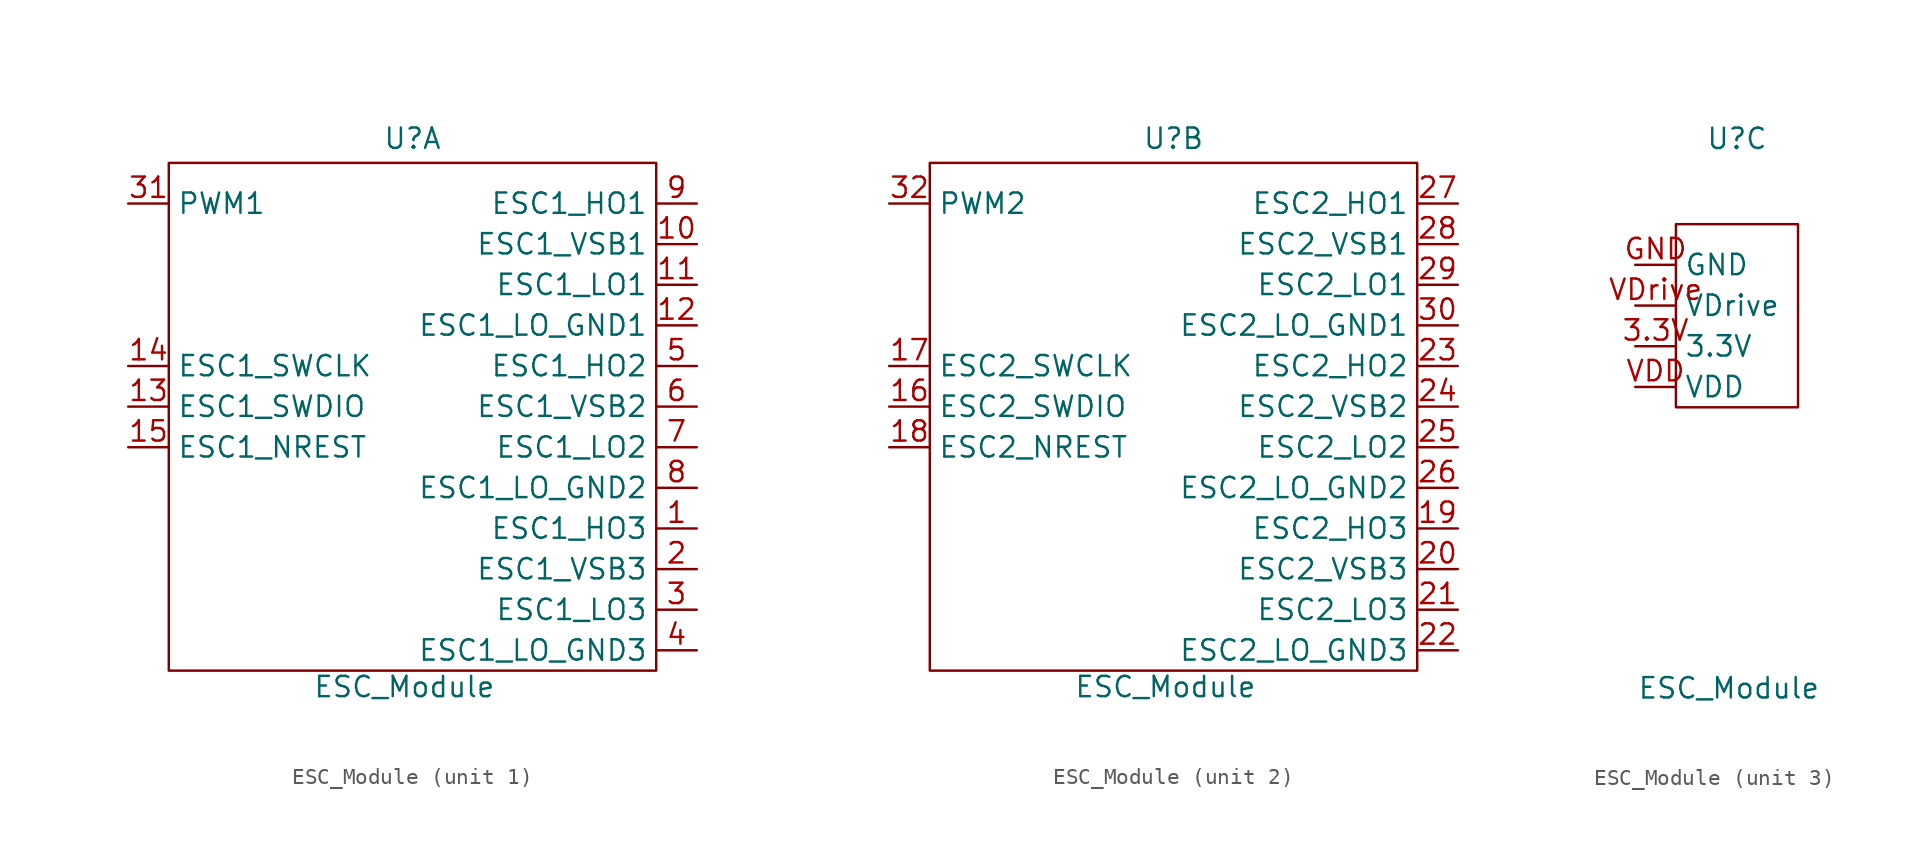
<source format=kicad_sym>
(kicad_symbol_lib
  (version 20241209)
  (generator "kicad_symbol_editor")
  (generator_version "9.0")
  (symbol "ESC_Module"
    (property "Reference" "U"
      (at 0 10.414 0)
      (effects (font (size 1.27 1.27))))
    (property "Value" "ESC_Module"
      (at -0.508 -23.876 0)
      (effects (font (size 1.27 1.27))))
    (property "ki_locked" ""
      (at 0 0 0)
      (effects (font (size 1.27 1.27))))
    (symbol "ESC_Module_1_1"
      (rectangle (start -15.24 8.89) (end 15.24 -22.86) (stroke (width 0) (type default)) (fill (type none)))
      (pin input line (at -17.78 6.35 0) (length 2.54) (name "PWM1" (effects (font (size 1.27 1.27)))) (number "31" (effects (font (size 1.27 1.27)))))
      (pin input line (at -17.78 -3.81 0) (length 2.54) (name "ESC1_SWCLK" (effects (font (size 1.27 1.27)))) (number "14" (effects (font (size 1.27 1.27)))))
      (pin input line (at -17.78 -6.35 0) (length 2.54) (name "ESC1_SWDIO" (effects (font (size 1.27 1.27)))) (number "13" (effects (font (size 1.27 1.27)))))
      (pin input line (at -17.78 -8.89 0) (length 2.54) (name "ESC1_NREST" (effects (font (size 1.27 1.27)))) (number "15" (effects (font (size 1.27 1.27)))))
      (pin output line (at 17.78 6.35 180) (length 2.54) (name "ESC1_HO1" (effects (font (size 1.27 1.27)))) (number "9" (effects (font (size 1.27 1.27)))))
      (pin output line (at 17.78 3.81 180) (length 2.54) (name "ESC1_VSB1" (effects (font (size 1.27 1.27)))) (number "10" (effects (font (size 1.27 1.27)))))
      (pin output line (at 17.78 1.27 180) (length 2.54) (name "ESC1_LO1" (effects (font (size 1.27 1.27)))) (number "11" (effects (font (size 1.27 1.27)))))
      (pin output line (at 17.78 -1.27 180) (length 2.54) (name "ESC1_LO_GND1" (effects (font (size 1.27 1.27)))) (number "12" (effects (font (size 1.27 1.27)))))
      (pin output line (at 17.78 -3.81 180) (length 2.54) (name "ESC1_HO2" (effects (font (size 1.27 1.27)))) (number "5" (effects (font (size 1.27 1.27)))))
      (pin output line (at 17.78 -6.35 180) (length 2.54) (name "ESC1_VSB2" (effects (font (size 1.27 1.27)))) (number "6" (effects (font (size 1.27 1.27)))))
      (pin output line (at 17.78 -8.89 180) (length 2.54) (name "ESC1_LO2" (effects (font (size 1.27 1.27)))) (number "7" (effects (font (size 1.27 1.27)))))
      (pin output line (at 17.78 -11.43 180) (length 2.54) (name "ESC1_LO_GND2" (effects (font (size 1.27 1.27)))) (number "8" (effects (font (size 1.27 1.27)))))
      (pin output line (at 17.78 -13.97 180) (length 2.54) (name "ESC1_HO3" (effects (font (size 1.27 1.27)))) (number "1" (effects (font (size 1.27 1.27)))))
      (pin output line (at 17.78 -16.51 180) (length 2.54) (name "ESC1_VSB3" (effects (font (size 1.27 1.27)))) (number "2" (effects (font (size 1.27 1.27)))))
      (pin output line (at 17.78 -19.05 180) (length 2.54) (name "ESC1_LO3" (effects (font (size 1.27 1.27)))) (number "3" (effects (font (size 1.27 1.27)))))
      (pin output line (at 17.78 -21.59 180) (length 2.54) (name "ESC1_LO_GND3" (effects (font (size 1.27 1.27)))) (number "4" (effects (font (size 1.27 1.27))))))
    (symbol "ESC_Module_2_1"
      (rectangle (start -15.24 8.89) (end 15.24 -22.86) (stroke (width 0) (type default)) (fill (type none)))
      (pin input line (at -17.78 6.35 0) (length 2.54) (name "PWM2" (effects (font (size 1.27 1.27)))) (number "32" (effects (font (size 1.27 1.27)))))
      (pin input line (at -17.78 -3.81 0) (length 2.54) (name "ESC2_SWCLK" (effects (font (size 1.27 1.27)))) (number "17" (effects (font (size 1.27 1.27)))))
      (pin input line (at -17.78 -6.35 0) (length 2.54) (name "ESC2_SWDIO" (effects (font (size 1.27 1.27)))) (number "16" (effects (font (size 1.27 1.27)))))
      (pin input line (at -17.78 -8.89 0) (length 2.54) (name "ESC2_NREST" (effects (font (size 1.27 1.27)))) (number "18" (effects (font (size 1.27 1.27)))))
      (pin output line (at 17.78 6.35 180) (length 2.54) (name "ESC2_HO1" (effects (font (size 1.27 1.27)))) (number "27" (effects (font (size 1.27 1.27)))))
      (pin output line (at 17.78 3.81 180) (length 2.54) (name "ESC2_VSB1" (effects (font (size 1.27 1.27)))) (number "28" (effects (font (size 1.27 1.27)))))
      (pin output line (at 17.78 1.27 180) (length 2.54) (name "ESC2_LO1" (effects (font (size 1.27 1.27)))) (number "29" (effects (font (size 1.27 1.27)))))
      (pin output line (at 17.78 -1.27 180) (length 2.54) (name "ESC2_LO_GND1" (effects (font (size 1.27 1.27)))) (number "30" (effects (font (size 1.27 1.27)))))
      (pin output line (at 17.78 -3.81 180) (length 2.54) (name "ESC2_HO2" (effects (font (size 1.27 1.27)))) (number "23" (effects (font (size 1.27 1.27)))))
      (pin output line (at 17.78 -6.35 180) (length 2.54) (name "ESC2_VSB2" (effects (font (size 1.27 1.27)))) (number "24" (effects (font (size 1.27 1.27)))))
      (pin output line (at 17.78 -8.89 180) (length 2.54) (name "ESC2_LO2" (effects (font (size 1.27 1.27)))) (number "25" (effects (font (size 1.27 1.27)))))
      (pin output line (at 17.78 -11.43 180) (length 2.54) (name "ESC2_LO_GND2" (effects (font (size 1.27 1.27)))) (number "26" (effects (font (size 1.27 1.27)))))
      (pin output line (at 17.78 -13.97 180) (length 2.54) (name "ESC2_HO3" (effects (font (size 1.27 1.27)))) (number "19" (effects (font (size 1.27 1.27)))))
      (pin output line (at 17.78 -16.51 180) (length 2.54) (name "ESC2_VSB3" (effects (font (size 1.27 1.27)))) (number "20" (effects (font (size 1.27 1.27)))))
      (pin output line (at 17.78 -19.05 180) (length 2.54) (name "ESC2_LO3" (effects (font (size 1.27 1.27)))) (number "21" (effects (font (size 1.27 1.27)))))
      (pin output line (at 17.78 -21.59 180) (length 2.54) (name "ESC2_LO_GND3" (effects (font (size 1.27 1.27)))) (number "22" (effects (font (size 1.27 1.27))))))
    (symbol "ESC_Module_3_1"
      (rectangle (start -3.81 5.08) (end 3.81 -6.35) (stroke (width 0) (type default)) (fill (type none)))
      (pin power_in line (at -6.35 2.54 0) (length 2.54) (name "GND" (effects (font (size 1.27 1.27)))) (number "GND" (effects (font (size 1.27 1.27)))))
      (pin power_in line (at -6.35 0 0) (length 2.54) (name "VDrive" (effects (font (size 1.27 1.27)))) (number "VDrive" (effects (font (size 1.27 1.27)))))
      (pin power_in line (at -6.35 -2.54 0) (length 2.54) (name "3.3V" (effects (font (size 1.27 1.27)))) (number "3.3V" (effects (font (size 1.27 1.27)))))
      (pin power_in line (at -6.35 -5.08 0) (length 2.54) (name "VDD" (effects (font (size 1.27 1.27)))) (number "VDD" (effects (font (size 1.27 1.27))))))))
</source>
